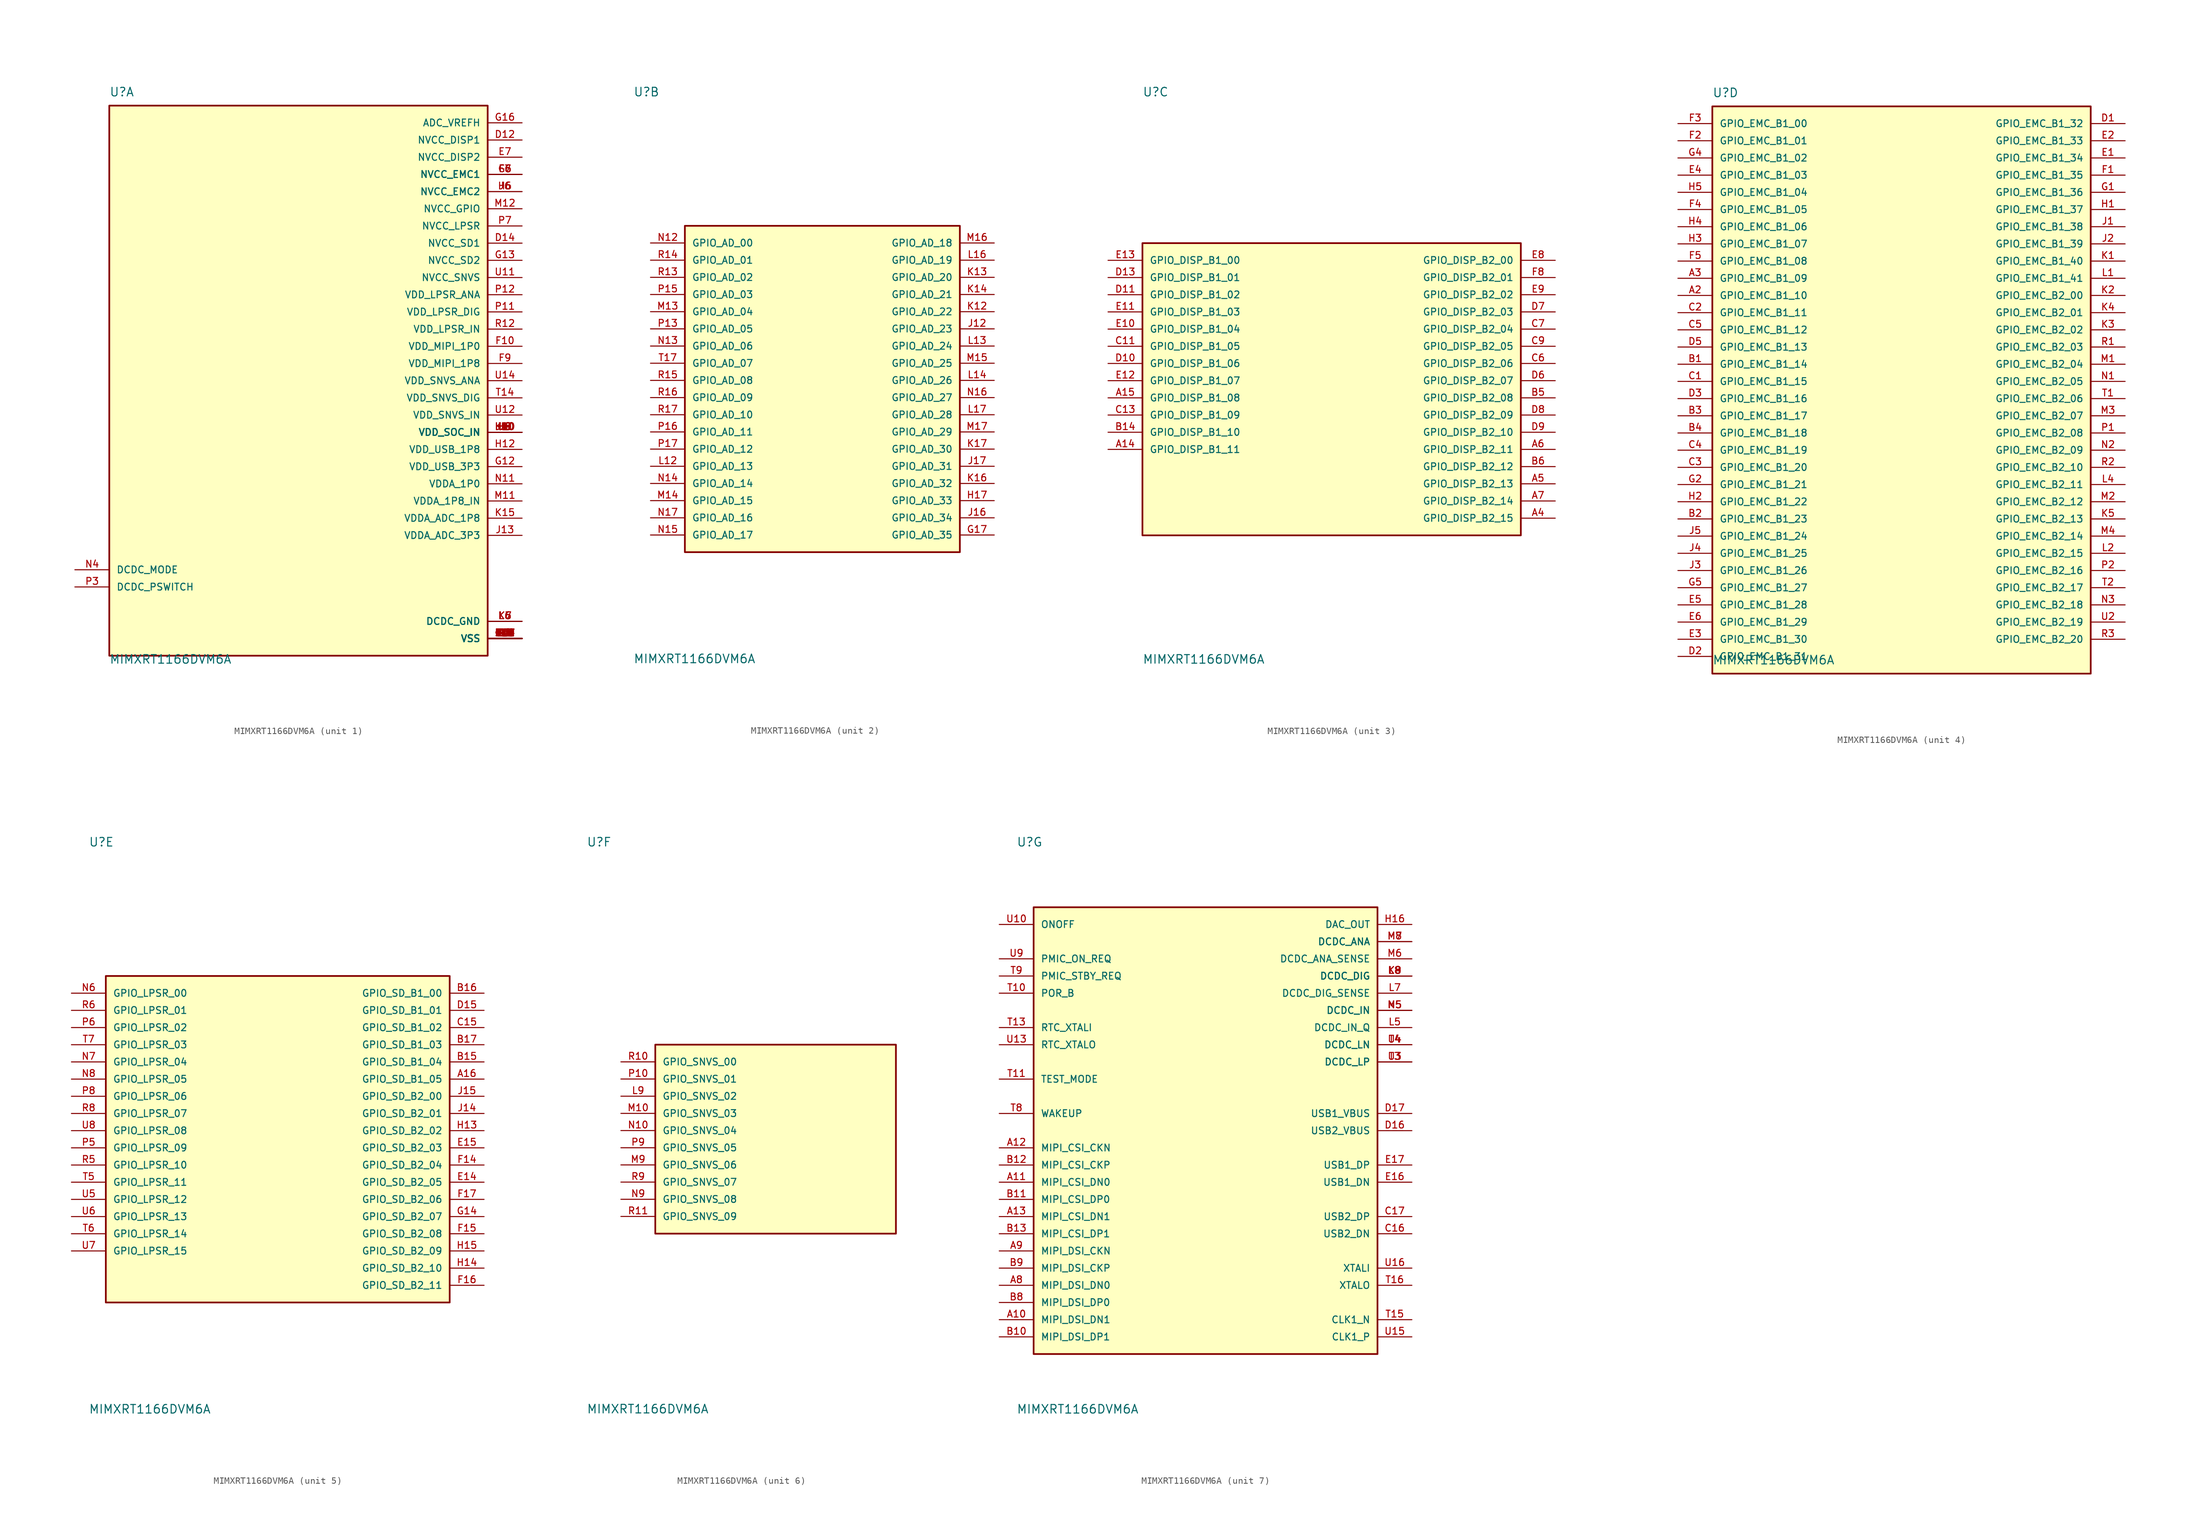
<source format=kicad_sym>
(kicad_symbol_lib
  (version 20211014)
  (generator kicad_symbol_editor)
  (symbol "MIMXRT1166DVM6A"
    (pin_names
      (offset 1.016))
    (property "Reference" "U"
      (at -27.94 41.91 0)
      (effects (font (size 1.27 1.27)) (justify left bottom)))
    (property "Value" "MIMXRT1166DVM6A"
      (at -27.94 -41.91 0)
      (effects (font (size 1.27 1.27)) (justify left bottom)))
    (property "ki_locked" ""
      (at 0 0 0)
      (effects (font (size 1.27 1.27))))
    (symbol "MIMXRT1166DVM6A_1_0"
      (rectangle (start -27.94 -40.64) (end 27.94 40.64) (stroke (width 0.254) (type default) (color 0 0 0 0)) (fill (type background)))
      (pin power_in line (at 33.02 -38.1 180) (length 5.08) (name "VSS" (effects (font (size 1.016 1.016)))) (number "A1" (effects (font (size 1.016 1.016)))))
      (pin power_in line (at 33.02 -38.1 180) (length 5.08) (name "VSS" (effects (font (size 1.016 1.016)))) (number "A17" (effects (font (size 1.016 1.016)))))
      (pin power_in line (at 33.02 -38.1 180) (length 5.08) (name "VSS" (effects (font (size 1.016 1.016)))) (number "B7" (effects (font (size 1.016 1.016)))))
      (pin power_in line (at 33.02 -38.1 180) (length 5.08) (name "VSS" (effects (font (size 1.016 1.016)))) (number "C10" (effects (font (size 1.016 1.016)))))
      (pin power_in line (at 33.02 -38.1 180) (length 5.08) (name "VSS" (effects (font (size 1.016 1.016)))) (number "C12" (effects (font (size 1.016 1.016)))))
      (pin power_in line (at 33.02 -38.1 180) (length 5.08) (name "VSS" (effects (font (size 1.016 1.016)))) (number "C14" (effects (font (size 1.016 1.016)))))
      (pin power_in line (at 33.02 -38.1 180) (length 5.08) (name "VSS" (effects (font (size 1.016 1.016)))) (number "C8" (effects (font (size 1.016 1.016)))))
      (pin power_in line (at 33.02 35.56 180) (length 5.08) (name "NVCC_DISP1" (effects (font (size 1.016 1.016)))) (number "D12" (effects (font (size 1.016 1.016)))))
      (pin power_in line (at 33.02 20.32 180) (length 5.08) (name "NVCC_SD1" (effects (font (size 1.016 1.016)))) (number "D14" (effects (font (size 1.016 1.016)))))
      (pin power_in line (at 33.02 -38.1 180) (length 5.08) (name "VSS" (effects (font (size 1.016 1.016)))) (number "D4" (effects (font (size 1.016 1.016)))))
      (pin power_in line (at 33.02 33.02 180) (length 5.08) (name "NVCC_DISP2" (effects (font (size 1.016 1.016)))) (number "E7" (effects (font (size 1.016 1.016)))))
      (pin power_in line (at 33.02 5.08 180) (length 5.08) (name "VDD_MIPI_1P0" (effects (font (size 1.016 1.016)))) (number "F10" (effects (font (size 1.016 1.016)))))
      (pin power_in line (at 33.02 -38.1 180) (length 5.08) (name "VSS" (effects (font (size 1.016 1.016)))) (number "F11" (effects (font (size 1.016 1.016)))))
      (pin power_in line (at 33.02 -38.1 180) (length 5.08) (name "VSS" (effects (font (size 1.016 1.016)))) (number "F12" (effects (font (size 1.016 1.016)))))
      (pin power_in line (at 33.02 -38.1 180) (length 5.08) (name "VSS" (effects (font (size 1.016 1.016)))) (number "F13" (effects (font (size 1.016 1.016)))))
      (pin power_in line (at 33.02 30.48 180) (length 5.08) (name "NVCC_EMC1" (effects (font (size 1.016 1.016)))) (number "F6" (effects (font (size 1.016 1.016)))))
      (pin power_in line (at 33.02 30.48 180) (length 5.08) (name "NVCC_EMC1" (effects (font (size 1.016 1.016)))) (number "F7" (effects (font (size 1.016 1.016)))))
      (pin power_in line (at 33.02 2.54 180) (length 5.08) (name "VDD_MIPI_1P8" (effects (font (size 1.016 1.016)))) (number "F9" (effects (font (size 1.016 1.016)))))
      (pin power_in line (at 33.02 -38.1 180) (length 5.08) (name "VSS" (effects (font (size 1.016 1.016)))) (number "G10" (effects (font (size 1.016 1.016)))))
      (pin power_in line (at 33.02 -38.1 180) (length 5.08) (name "VSS" (effects (font (size 1.016 1.016)))) (number "G11" (effects (font (size 1.016 1.016)))))
      (pin power_in line (at 33.02 -12.7 180) (length 5.08) (name "VDD_USB_3P3" (effects (font (size 1.016 1.016)))) (number "G12" (effects (font (size 1.016 1.016)))))
      (pin power_in line (at 33.02 17.78 180) (length 5.08) (name "NVCC_SD2" (effects (font (size 1.016 1.016)))) (number "G13" (effects (font (size 1.016 1.016)))))
      (pin power_in line (at 33.02 -38.1 180) (length 5.08) (name "VSS" (effects (font (size 1.016 1.016)))) (number "G15" (effects (font (size 1.016 1.016)))))
      (pin power_in line (at 33.02 38.1 180) (length 5.08) (name "ADC_VREFH" (effects (font (size 1.016 1.016)))) (number "G16" (effects (font (size 1.016 1.016)))))
      (pin power_in line (at 33.02 -38.1 180) (length 5.08) (name "VSS" (effects (font (size 1.016 1.016)))) (number "G3" (effects (font (size 1.016 1.016)))))
      (pin power_in line (at 33.02 30.48 180) (length 5.08) (name "NVCC_EMC1" (effects (font (size 1.016 1.016)))) (number "G6" (effects (font (size 1.016 1.016)))))
      (pin power_in line (at 33.02 -38.1 180) (length 5.08) (name "VSS" (effects (font (size 1.016 1.016)))) (number "G7" (effects (font (size 1.016 1.016)))))
      (pin power_in line (at 33.02 -38.1 180) (length 5.08) (name "VSS" (effects (font (size 1.016 1.016)))) (number "G8" (effects (font (size 1.016 1.016)))))
      (pin power_in line (at 33.02 -38.1 180) (length 5.08) (name "VSS" (effects (font (size 1.016 1.016)))) (number "G9" (effects (font (size 1.016 1.016)))))
      (pin power_in line (at 33.02 -7.62 180) (length 5.08) (name "VDD_SOC_IN" (effects (font (size 1.016 1.016)))) (number "H10" (effects (font (size 1.016 1.016)))))
      (pin power_in line (at 33.02 -38.1 180) (length 5.08) (name "VSS" (effects (font (size 1.016 1.016)))) (number "H11" (effects (font (size 1.016 1.016)))))
      (pin power_in line (at 33.02 -10.16 180) (length 5.08) (name "VDD_USB_1P8" (effects (font (size 1.016 1.016)))) (number "H12" (effects (font (size 1.016 1.016)))))
      (pin power_in line (at 33.02 27.94 180) (length 5.08) (name "NVCC_EMC2" (effects (font (size 1.016 1.016)))) (number "H6" (effects (font (size 1.016 1.016)))))
      (pin power_in line (at 33.02 -38.1 180) (length 5.08) (name "VSS" (effects (font (size 1.016 1.016)))) (number "H7" (effects (font (size 1.016 1.016)))))
      (pin power_in line (at 33.02 -7.62 180) (length 5.08) (name "VDD_SOC_IN" (effects (font (size 1.016 1.016)))) (number "H8" (effects (font (size 1.016 1.016)))))
      (pin power_in line (at 33.02 -7.62 180) (length 5.08) (name "VDD_SOC_IN" (effects (font (size 1.016 1.016)))) (number "H9" (effects (font (size 1.016 1.016)))))
      (pin power_in line (at 33.02 -7.62 180) (length 5.08) (name "VDD_SOC_IN" (effects (font (size 1.016 1.016)))) (number "J10" (effects (font (size 1.016 1.016)))))
      (pin power_in line (at 33.02 -38.1 180) (length 5.08) (name "VSS" (effects (font (size 1.016 1.016)))) (number "J11" (effects (font (size 1.016 1.016)))))
      (pin power_in line (at 33.02 -22.86 180) (length 5.08) (name "VDDA_ADC_3P3" (effects (font (size 1.016 1.016)))) (number "J13" (effects (font (size 1.016 1.016)))))
      (pin power_in line (at 33.02 27.94 180) (length 5.08) (name "NVCC_EMC2" (effects (font (size 1.016 1.016)))) (number "J6" (effects (font (size 1.016 1.016)))))
      (pin power_in line (at 33.02 -38.1 180) (length 5.08) (name "VSS" (effects (font (size 1.016 1.016)))) (number "J7" (effects (font (size 1.016 1.016)))))
      (pin power_in line (at 33.02 -7.62 180) (length 5.08) (name "VDD_SOC_IN" (effects (font (size 1.016 1.016)))) (number "J8" (effects (font (size 1.016 1.016)))))
      (pin power_in line (at 33.02 -7.62 180) (length 5.08) (name "VDD_SOC_IN" (effects (font (size 1.016 1.016)))) (number "J9" (effects (font (size 1.016 1.016)))))
      (pin power_in line (at 33.02 -7.62 180) (length 5.08) (name "VDD_SOC_IN" (effects (font (size 1.016 1.016)))) (number "K10" (effects (font (size 1.016 1.016)))))
      (pin power_in line (at 33.02 -38.1 180) (length 5.08) (name "VSS" (effects (font (size 1.016 1.016)))) (number "K11" (effects (font (size 1.016 1.016)))))
      (pin power_in line (at 33.02 -20.32 180) (length 5.08) (name "VDDA_ADC_1P8" (effects (font (size 1.016 1.016)))) (number "K15" (effects (font (size 1.016 1.016)))))
      (pin power_in line (at 33.02 -35.56 180) (length 5.08) (name "DCDC_GND" (effects (font (size 1.016 1.016)))) (number "K6" (effects (font (size 1.016 1.016)))))
      (pin power_in line (at 33.02 -35.56 180) (length 5.08) (name "DCDC_GND" (effects (font (size 1.016 1.016)))) (number "K7" (effects (font (size 1.016 1.016)))))
      (pin power_in line (at 33.02 -38.1 180) (length 5.08) (name "VSS" (effects (font (size 1.016 1.016)))) (number "L10" (effects (font (size 1.016 1.016)))))
      (pin power_in line (at 33.02 -38.1 180) (length 5.08) (name "VSS" (effects (font (size 1.016 1.016)))) (number "L11" (effects (font (size 1.016 1.016)))))
      (pin power_in line (at 33.02 -38.1 180) (length 5.08) (name "VSS" (effects (font (size 1.016 1.016)))) (number "L15" (effects (font (size 1.016 1.016)))))
      (pin power_in line (at 33.02 -38.1 180) (length 5.08) (name "VSS" (effects (font (size 1.016 1.016)))) (number "L3" (effects (font (size 1.016 1.016)))))
      (pin power_in line (at 33.02 -35.56 180) (length 5.08) (name "DCDC_GND" (effects (font (size 1.016 1.016)))) (number "L6" (effects (font (size 1.016 1.016)))))
      (pin power_in line (at 33.02 -17.78 180) (length 5.08) (name "VDDA_1P8_IN" (effects (font (size 1.016 1.016)))) (number "M11" (effects (font (size 1.016 1.016)))))
      (pin power_in line (at 33.02 25.4 180) (length 5.08) (name "NVCC_GPIO" (effects (font (size 1.016 1.016)))) (number "M12" (effects (font (size 1.016 1.016)))))
      (pin power_in line (at 33.02 -15.24 180) (length 5.08) (name "VDDA_1P0" (effects (font (size 1.016 1.016)))) (number "N11" (effects (font (size 1.016 1.016)))))
      (pin input line (at -33.02 -27.94 0) (length 5.08) (name "DCDC_MODE" (effects (font (size 1.016 1.016)))) (number "N4" (effects (font (size 1.016 1.016)))))
      (pin power_in line (at 33.02 10.16 180) (length 5.08) (name "VDD_LPSR_DIG" (effects (font (size 1.016 1.016)))) (number "P11" (effects (font (size 1.016 1.016)))))
      (pin power_in line (at 33.02 12.7 180) (length 5.08) (name "VDD_LPSR_ANA" (effects (font (size 1.016 1.016)))) (number "P12" (effects (font (size 1.016 1.016)))))
      (pin power_in line (at 33.02 -38.1 180) (length 5.08) (name "VSS" (effects (font (size 1.016 1.016)))) (number "P14" (effects (font (size 1.016 1.016)))))
      (pin input line (at -33.02 -30.48 0) (length 5.08) (name "DCDC_PSWITCH" (effects (font (size 1.016 1.016)))) (number "P3" (effects (font (size 1.016 1.016)))))
      (pin power_in line (at 33.02 -38.1 180) (length 5.08) (name "VSS" (effects (font (size 1.016 1.016)))) (number "P4" (effects (font (size 1.016 1.016)))))
      (pin power_in line (at 33.02 22.86 180) (length 5.08) (name "NVCC_LPSR" (effects (font (size 1.016 1.016)))) (number "P7" (effects (font (size 1.016 1.016)))))
      (pin power_in line (at 33.02 7.62 180) (length 5.08) (name "VDD_LPSR_IN" (effects (font (size 1.016 1.016)))) (number "R12" (effects (font (size 1.016 1.016)))))
      (pin power_in line (at 33.02 -38.1 180) (length 5.08) (name "VSS" (effects (font (size 1.016 1.016)))) (number "R4" (effects (font (size 1.016 1.016)))))
      (pin power_in line (at 33.02 -38.1 180) (length 5.08) (name "VSS" (effects (font (size 1.016 1.016)))) (number "R7" (effects (font (size 1.016 1.016)))))
      (pin power_in line (at 33.02 -38.1 180) (length 5.08) (name "VSS" (effects (font (size 1.016 1.016)))) (number "T12" (effects (font (size 1.016 1.016)))))
      (pin power_in line (at 33.02 -2.54 180) (length 5.08) (name "VDD_SNVS_DIG" (effects (font (size 1.016 1.016)))) (number "T14" (effects (font (size 1.016 1.016)))))
      (pin power_in line (at 33.02 -38.1 180) (length 5.08) (name "VSS" (effects (font (size 1.016 1.016)))) (number "U1" (effects (font (size 1.016 1.016)))))
      (pin power_in line (at 33.02 15.24 180) (length 5.08) (name "NVCC_SNVS" (effects (font (size 1.016 1.016)))) (number "U11" (effects (font (size 1.016 1.016)))))
      (pin power_in line (at 33.02 -5.08 180) (length 5.08) (name "VDD_SNVS_IN" (effects (font (size 1.016 1.016)))) (number "U12" (effects (font (size 1.016 1.016)))))
      (pin power_in line (at 33.02 0 180) (length 5.08) (name "VDD_SNVS_ANA" (effects (font (size 1.016 1.016)))) (number "U14" (effects (font (size 1.016 1.016)))))
      (pin power_in line (at 33.02 -38.1 180) (length 5.08) (name "VSS" (effects (font (size 1.016 1.016)))) (number "U17" (effects (font (size 1.016 1.016))))))
    (symbol "MIMXRT1166DVM6A_2_0"
      (rectangle (start -20.32 -25.4) (end 20.32 22.86) (stroke (width 0.254) (type default) (color 0 0 0 0)) (fill (type background)))
      (pin bidirectional line (at 25.4 -22.86 180) (length 5.08) (name "GPIO_AD_35" (effects (font (size 1.016 1.016)))) (number "G17" (effects (font (size 1.016 1.016)))))
      (pin bidirectional line (at 25.4 -17.78 180) (length 5.08) (name "GPIO_AD_33" (effects (font (size 1.016 1.016)))) (number "H17" (effects (font (size 1.016 1.016)))))
      (pin bidirectional line (at 25.4 7.62 180) (length 5.08) (name "GPIO_AD_23" (effects (font (size 1.016 1.016)))) (number "J12" (effects (font (size 1.016 1.016)))))
      (pin bidirectional line (at 25.4 -20.32 180) (length 5.08) (name "GPIO_AD_34" (effects (font (size 1.016 1.016)))) (number "J16" (effects (font (size 1.016 1.016)))))
      (pin bidirectional line (at 25.4 -12.7 180) (length 5.08) (name "GPIO_AD_31" (effects (font (size 1.016 1.016)))) (number "J17" (effects (font (size 1.016 1.016)))))
      (pin bidirectional line (at 25.4 10.16 180) (length 5.08) (name "GPIO_AD_22" (effects (font (size 1.016 1.016)))) (number "K12" (effects (font (size 1.016 1.016)))))
      (pin bidirectional line (at 25.4 15.24 180) (length 5.08) (name "GPIO_AD_20" (effects (font (size 1.016 1.016)))) (number "K13" (effects (font (size 1.016 1.016)))))
      (pin bidirectional line (at 25.4 12.7 180) (length 5.08) (name "GPIO_AD_21" (effects (font (size 1.016 1.016)))) (number "K14" (effects (font (size 1.016 1.016)))))
      (pin bidirectional line (at 25.4 -15.24 180) (length 5.08) (name "GPIO_AD_32" (effects (font (size 1.016 1.016)))) (number "K16" (effects (font (size 1.016 1.016)))))
      (pin bidirectional line (at 25.4 -10.16 180) (length 5.08) (name "GPIO_AD_30" (effects (font (size 1.016 1.016)))) (number "K17" (effects (font (size 1.016 1.016)))))
      (pin bidirectional line (at -25.4 -12.7 0) (length 5.08) (name "GPIO_AD_13" (effects (font (size 1.016 1.016)))) (number "L12" (effects (font (size 1.016 1.016)))))
      (pin bidirectional line (at 25.4 5.08 180) (length 5.08) (name "GPIO_AD_24" (effects (font (size 1.016 1.016)))) (number "L13" (effects (font (size 1.016 1.016)))))
      (pin bidirectional line (at 25.4 0 180) (length 5.08) (name "GPIO_AD_26" (effects (font (size 1.016 1.016)))) (number "L14" (effects (font (size 1.016 1.016)))))
      (pin bidirectional line (at 25.4 17.78 180) (length 5.08) (name "GPIO_AD_19" (effects (font (size 1.016 1.016)))) (number "L16" (effects (font (size 1.016 1.016)))))
      (pin bidirectional line (at 25.4 -5.08 180) (length 5.08) (name "GPIO_AD_28" (effects (font (size 1.016 1.016)))) (number "L17" (effects (font (size 1.016 1.016)))))
      (pin bidirectional line (at -25.4 10.16 0) (length 5.08) (name "GPIO_AD_04" (effects (font (size 1.016 1.016)))) (number "M13" (effects (font (size 1.016 1.016)))))
      (pin bidirectional line (at -25.4 -17.78 0) (length 5.08) (name "GPIO_AD_15" (effects (font (size 1.016 1.016)))) (number "M14" (effects (font (size 1.016 1.016)))))
      (pin bidirectional line (at 25.4 2.54 180) (length 5.08) (name "GPIO_AD_25" (effects (font (size 1.016 1.016)))) (number "M15" (effects (font (size 1.016 1.016)))))
      (pin bidirectional line (at 25.4 20.32 180) (length 5.08) (name "GPIO_AD_18" (effects (font (size 1.016 1.016)))) (number "M16" (effects (font (size 1.016 1.016)))))
      (pin bidirectional line (at 25.4 -7.62 180) (length 5.08) (name "GPIO_AD_29" (effects (font (size 1.016 1.016)))) (number "M17" (effects (font (size 1.016 1.016)))))
      (pin bidirectional line (at -25.4 20.32 0) (length 5.08) (name "GPIO_AD_00" (effects (font (size 1.016 1.016)))) (number "N12" (effects (font (size 1.016 1.016)))))
      (pin bidirectional line (at -25.4 5.08 0) (length 5.08) (name "GPIO_AD_06" (effects (font (size 1.016 1.016)))) (number "N13" (effects (font (size 1.016 1.016)))))
      (pin bidirectional line (at -25.4 -15.24 0) (length 5.08) (name "GPIO_AD_14" (effects (font (size 1.016 1.016)))) (number "N14" (effects (font (size 1.016 1.016)))))
      (pin bidirectional line (at -25.4 -22.86 0) (length 5.08) (name "GPIO_AD_17" (effects (font (size 1.016 1.016)))) (number "N15" (effects (font (size 1.016 1.016)))))
      (pin bidirectional line (at 25.4 -2.54 180) (length 5.08) (name "GPIO_AD_27" (effects (font (size 1.016 1.016)))) (number "N16" (effects (font (size 1.016 1.016)))))
      (pin bidirectional line (at -25.4 -20.32 0) (length 5.08) (name "GPIO_AD_16" (effects (font (size 1.016 1.016)))) (number "N17" (effects (font (size 1.016 1.016)))))
      (pin bidirectional line (at -25.4 7.62 0) (length 5.08) (name "GPIO_AD_05" (effects (font (size 1.016 1.016)))) (number "P13" (effects (font (size 1.016 1.016)))))
      (pin bidirectional line (at -25.4 12.7 0) (length 5.08) (name "GPIO_AD_03" (effects (font (size 1.016 1.016)))) (number "P15" (effects (font (size 1.016 1.016)))))
      (pin bidirectional line (at -25.4 -7.62 0) (length 5.08) (name "GPIO_AD_11" (effects (font (size 1.016 1.016)))) (number "P16" (effects (font (size 1.016 1.016)))))
      (pin bidirectional line (at -25.4 -10.16 0) (length 5.08) (name "GPIO_AD_12" (effects (font (size 1.016 1.016)))) (number "P17" (effects (font (size 1.016 1.016)))))
      (pin bidirectional line (at -25.4 15.24 0) (length 5.08) (name "GPIO_AD_02" (effects (font (size 1.016 1.016)))) (number "R13" (effects (font (size 1.016 1.016)))))
      (pin bidirectional line (at -25.4 17.78 0) (length 5.08) (name "GPIO_AD_01" (effects (font (size 1.016 1.016)))) (number "R14" (effects (font (size 1.016 1.016)))))
      (pin bidirectional line (at -25.4 0 0) (length 5.08) (name "GPIO_AD_08" (effects (font (size 1.016 1.016)))) (number "R15" (effects (font (size 1.016 1.016)))))
      (pin bidirectional line (at -25.4 -2.54 0) (length 5.08) (name "GPIO_AD_09" (effects (font (size 1.016 1.016)))) (number "R16" (effects (font (size 1.016 1.016)))))
      (pin bidirectional line (at -25.4 -5.08 0) (length 5.08) (name "GPIO_AD_10" (effects (font (size 1.016 1.016)))) (number "R17" (effects (font (size 1.016 1.016)))))
      (pin bidirectional line (at -25.4 2.54 0) (length 5.08) (name "GPIO_AD_07" (effects (font (size 1.016 1.016)))) (number "T17" (effects (font (size 1.016 1.016))))))
    (symbol "MIMXRT1166DVM6A_3_0"
      (rectangle (start -27.94 -22.86) (end 27.94 20.32) (stroke (width 0.254) (type default) (color 0 0 0 0)) (fill (type background)))
      (pin bidirectional line (at -33.02 -10.16 0) (length 5.08) (name "GPIO_DISP_B1_11" (effects (font (size 1.016 1.016)))) (number "A14" (effects (font (size 1.016 1.016)))))
      (pin bidirectional line (at -33.02 -2.54 0) (length 5.08) (name "GPIO_DISP_B1_08" (effects (font (size 1.016 1.016)))) (number "A15" (effects (font (size 1.016 1.016)))))
      (pin bidirectional line (at 33.02 -20.32 180) (length 5.08) (name "GPIO_DISP_B2_15" (effects (font (size 1.016 1.016)))) (number "A4" (effects (font (size 1.016 1.016)))))
      (pin bidirectional line (at 33.02 -15.24 180) (length 5.08) (name "GPIO_DISP_B2_13" (effects (font (size 1.016 1.016)))) (number "A5" (effects (font (size 1.016 1.016)))))
      (pin bidirectional line (at 33.02 -10.16 180) (length 5.08) (name "GPIO_DISP_B2_11" (effects (font (size 1.016 1.016)))) (number "A6" (effects (font (size 1.016 1.016)))))
      (pin bidirectional line (at 33.02 -17.78 180) (length 5.08) (name "GPIO_DISP_B2_14" (effects (font (size 1.016 1.016)))) (number "A7" (effects (font (size 1.016 1.016)))))
      (pin bidirectional line (at -33.02 -7.62 0) (length 5.08) (name "GPIO_DISP_B1_10" (effects (font (size 1.016 1.016)))) (number "B14" (effects (font (size 1.016 1.016)))))
      (pin bidirectional line (at 33.02 -2.54 180) (length 5.08) (name "GPIO_DISP_B2_08" (effects (font (size 1.016 1.016)))) (number "B5" (effects (font (size 1.016 1.016)))))
      (pin bidirectional line (at 33.02 -12.7 180) (length 5.08) (name "GPIO_DISP_B2_12" (effects (font (size 1.016 1.016)))) (number "B6" (effects (font (size 1.016 1.016)))))
      (pin bidirectional line (at -33.02 5.08 0) (length 5.08) (name "GPIO_DISP_B1_05" (effects (font (size 1.016 1.016)))) (number "C11" (effects (font (size 1.016 1.016)))))
      (pin bidirectional line (at -33.02 -5.08 0) (length 5.08) (name "GPIO_DISP_B1_09" (effects (font (size 1.016 1.016)))) (number "C13" (effects (font (size 1.016 1.016)))))
      (pin bidirectional line (at 33.02 2.54 180) (length 5.08) (name "GPIO_DISP_B2_06" (effects (font (size 1.016 1.016)))) (number "C6" (effects (font (size 1.016 1.016)))))
      (pin bidirectional line (at 33.02 7.62 180) (length 5.08) (name "GPIO_DISP_B2_04" (effects (font (size 1.016 1.016)))) (number "C7" (effects (font (size 1.016 1.016)))))
      (pin bidirectional line (at 33.02 5.08 180) (length 5.08) (name "GPIO_DISP_B2_05" (effects (font (size 1.016 1.016)))) (number "C9" (effects (font (size 1.016 1.016)))))
      (pin bidirectional line (at -33.02 2.54 0) (length 5.08) (name "GPIO_DISP_B1_06" (effects (font (size 1.016 1.016)))) (number "D10" (effects (font (size 1.016 1.016)))))
      (pin bidirectional line (at -33.02 12.7 0) (length 5.08) (name "GPIO_DISP_B1_02" (effects (font (size 1.016 1.016)))) (number "D11" (effects (font (size 1.016 1.016)))))
      (pin bidirectional line (at -33.02 15.24 0) (length 5.08) (name "GPIO_DISP_B1_01" (effects (font (size 1.016 1.016)))) (number "D13" (effects (font (size 1.016 1.016)))))
      (pin bidirectional line (at 33.02 0 180) (length 5.08) (name "GPIO_DISP_B2_07" (effects (font (size 1.016 1.016)))) (number "D6" (effects (font (size 1.016 1.016)))))
      (pin bidirectional line (at 33.02 10.16 180) (length 5.08) (name "GPIO_DISP_B2_03" (effects (font (size 1.016 1.016)))) (number "D7" (effects (font (size 1.016 1.016)))))
      (pin bidirectional line (at 33.02 -5.08 180) (length 5.08) (name "GPIO_DISP_B2_09" (effects (font (size 1.016 1.016)))) (number "D8" (effects (font (size 1.016 1.016)))))
      (pin bidirectional line (at 33.02 -7.62 180) (length 5.08) (name "GPIO_DISP_B2_10" (effects (font (size 1.016 1.016)))) (number "D9" (effects (font (size 1.016 1.016)))))
      (pin bidirectional line (at -33.02 7.62 0) (length 5.08) (name "GPIO_DISP_B1_04" (effects (font (size 1.016 1.016)))) (number "E10" (effects (font (size 1.016 1.016)))))
      (pin bidirectional line (at -33.02 10.16 0) (length 5.08) (name "GPIO_DISP_B1_03" (effects (font (size 1.016 1.016)))) (number "E11" (effects (font (size 1.016 1.016)))))
      (pin bidirectional line (at -33.02 0 0) (length 5.08) (name "GPIO_DISP_B1_07" (effects (font (size 1.016 1.016)))) (number "E12" (effects (font (size 1.016 1.016)))))
      (pin bidirectional line (at -33.02 17.78 0) (length 5.08) (name "GPIO_DISP_B1_00" (effects (font (size 1.016 1.016)))) (number "E13" (effects (font (size 1.016 1.016)))))
      (pin bidirectional line (at 33.02 17.78 180) (length 5.08) (name "GPIO_DISP_B2_00" (effects (font (size 1.016 1.016)))) (number "E8" (effects (font (size 1.016 1.016)))))
      (pin bidirectional line (at 33.02 12.7 180) (length 5.08) (name "GPIO_DISP_B2_02" (effects (font (size 1.016 1.016)))) (number "E9" (effects (font (size 1.016 1.016)))))
      (pin bidirectional line (at 33.02 15.24 180) (length 5.08) (name "GPIO_DISP_B2_01" (effects (font (size 1.016 1.016)))) (number "F8" (effects (font (size 1.016 1.016))))))
    (symbol "MIMXRT1166DVM6A_4_0"
      (rectangle (start -27.94 -43.18) (end 27.94 40.64) (stroke (width 0.254) (type default) (color 0 0 0 0)) (fill (type background)))
      (pin bidirectional line (at -33.02 12.7 0) (length 5.08) (name "GPIO_EMC_B1_10" (effects (font (size 1.016 1.016)))) (number "A2" (effects (font (size 1.016 1.016)))))
      (pin bidirectional line (at -33.02 15.24 0) (length 5.08) (name "GPIO_EMC_B1_09" (effects (font (size 1.016 1.016)))) (number "A3" (effects (font (size 1.016 1.016)))))
      (pin bidirectional line (at -33.02 2.54 0) (length 5.08) (name "GPIO_EMC_B1_14" (effects (font (size 1.016 1.016)))) (number "B1" (effects (font (size 1.016 1.016)))))
      (pin bidirectional line (at -33.02 -20.32 0) (length 5.08) (name "GPIO_EMC_B1_23" (effects (font (size 1.016 1.016)))) (number "B2" (effects (font (size 1.016 1.016)))))
      (pin bidirectional line (at -33.02 -5.08 0) (length 5.08) (name "GPIO_EMC_B1_17" (effects (font (size 1.016 1.016)))) (number "B3" (effects (font (size 1.016 1.016)))))
      (pin bidirectional line (at -33.02 -7.62 0) (length 5.08) (name "GPIO_EMC_B1_18" (effects (font (size 1.016 1.016)))) (number "B4" (effects (font (size 1.016 1.016)))))
      (pin bidirectional line (at -33.02 0 0) (length 5.08) (name "GPIO_EMC_B1_15" (effects (font (size 1.016 1.016)))) (number "C1" (effects (font (size 1.016 1.016)))))
      (pin bidirectional line (at -33.02 10.16 0) (length 5.08) (name "GPIO_EMC_B1_11" (effects (font (size 1.016 1.016)))) (number "C2" (effects (font (size 1.016 1.016)))))
      (pin bidirectional line (at -33.02 -12.7 0) (length 5.08) (name "GPIO_EMC_B1_20" (effects (font (size 1.016 1.016)))) (number "C3" (effects (font (size 1.016 1.016)))))
      (pin bidirectional line (at -33.02 -10.16 0) (length 5.08) (name "GPIO_EMC_B1_19" (effects (font (size 1.016 1.016)))) (number "C4" (effects (font (size 1.016 1.016)))))
      (pin bidirectional line (at -33.02 7.62 0) (length 5.08) (name "GPIO_EMC_B1_12" (effects (font (size 1.016 1.016)))) (number "C5" (effects (font (size 1.016 1.016)))))
      (pin bidirectional line (at 33.02 38.1 180) (length 5.08) (name "GPIO_EMC_B1_32" (effects (font (size 1.016 1.016)))) (number "D1" (effects (font (size 1.016 1.016)))))
      (pin bidirectional line (at -33.02 -40.64 0) (length 5.08) (name "GPIO_EMC_B1_31" (effects (font (size 1.016 1.016)))) (number "D2" (effects (font (size 1.016 1.016)))))
      (pin bidirectional line (at -33.02 -2.54 0) (length 5.08) (name "GPIO_EMC_B1_16" (effects (font (size 1.016 1.016)))) (number "D3" (effects (font (size 1.016 1.016)))))
      (pin bidirectional line (at -33.02 5.08 0) (length 5.08) (name "GPIO_EMC_B1_13" (effects (font (size 1.016 1.016)))) (number "D5" (effects (font (size 1.016 1.016)))))
      (pin bidirectional line (at 33.02 33.02 180) (length 5.08) (name "GPIO_EMC_B1_34" (effects (font (size 1.016 1.016)))) (number "E1" (effects (font (size 1.016 1.016)))))
      (pin bidirectional line (at 33.02 35.56 180) (length 5.08) (name "GPIO_EMC_B1_33" (effects (font (size 1.016 1.016)))) (number "E2" (effects (font (size 1.016 1.016)))))
      (pin bidirectional line (at -33.02 -38.1 0) (length 5.08) (name "GPIO_EMC_B1_30" (effects (font (size 1.016 1.016)))) (number "E3" (effects (font (size 1.016 1.016)))))
      (pin bidirectional line (at -33.02 30.48 0) (length 5.08) (name "GPIO_EMC_B1_03" (effects (font (size 1.016 1.016)))) (number "E4" (effects (font (size 1.016 1.016)))))
      (pin bidirectional line (at -33.02 -33.02 0) (length 5.08) (name "GPIO_EMC_B1_28" (effects (font (size 1.016 1.016)))) (number "E5" (effects (font (size 1.016 1.016)))))
      (pin bidirectional line (at -33.02 -35.56 0) (length 5.08) (name "GPIO_EMC_B1_29" (effects (font (size 1.016 1.016)))) (number "E6" (effects (font (size 1.016 1.016)))))
      (pin bidirectional line (at 33.02 30.48 180) (length 5.08) (name "GPIO_EMC_B1_35" (effects (font (size 1.016 1.016)))) (number "F1" (effects (font (size 1.016 1.016)))))
      (pin bidirectional line (at -33.02 35.56 0) (length 5.08) (name "GPIO_EMC_B1_01" (effects (font (size 1.016 1.016)))) (number "F2" (effects (font (size 1.016 1.016)))))
      (pin bidirectional line (at -33.02 38.1 0) (length 5.08) (name "GPIO_EMC_B1_00" (effects (font (size 1.016 1.016)))) (number "F3" (effects (font (size 1.016 1.016)))))
      (pin bidirectional line (at -33.02 25.4 0) (length 5.08) (name "GPIO_EMC_B1_05" (effects (font (size 1.016 1.016)))) (number "F4" (effects (font (size 1.016 1.016)))))
      (pin bidirectional line (at -33.02 17.78 0) (length 5.08) (name "GPIO_EMC_B1_08" (effects (font (size 1.016 1.016)))) (number "F5" (effects (font (size 1.016 1.016)))))
      (pin bidirectional line (at 33.02 27.94 180) (length 5.08) (name "GPIO_EMC_B1_36" (effects (font (size 1.016 1.016)))) (number "G1" (effects (font (size 1.016 1.016)))))
      (pin bidirectional line (at -33.02 -15.24 0) (length 5.08) (name "GPIO_EMC_B1_21" (effects (font (size 1.016 1.016)))) (number "G2" (effects (font (size 1.016 1.016)))))
      (pin bidirectional line (at -33.02 33.02 0) (length 5.08) (name "GPIO_EMC_B1_02" (effects (font (size 1.016 1.016)))) (number "G4" (effects (font (size 1.016 1.016)))))
      (pin bidirectional line (at -33.02 -30.48 0) (length 5.08) (name "GPIO_EMC_B1_27" (effects (font (size 1.016 1.016)))) (number "G5" (effects (font (size 1.016 1.016)))))
      (pin bidirectional line (at 33.02 25.4 180) (length 5.08) (name "GPIO_EMC_B1_37" (effects (font (size 1.016 1.016)))) (number "H1" (effects (font (size 1.016 1.016)))))
      (pin bidirectional line (at -33.02 -17.78 0) (length 5.08) (name "GPIO_EMC_B1_22" (effects (font (size 1.016 1.016)))) (number "H2" (effects (font (size 1.016 1.016)))))
      (pin bidirectional line (at -33.02 20.32 0) (length 5.08) (name "GPIO_EMC_B1_07" (effects (font (size 1.016 1.016)))) (number "H3" (effects (font (size 1.016 1.016)))))
      (pin bidirectional line (at -33.02 22.86 0) (length 5.08) (name "GPIO_EMC_B1_06" (effects (font (size 1.016 1.016)))) (number "H4" (effects (font (size 1.016 1.016)))))
      (pin bidirectional line (at -33.02 27.94 0) (length 5.08) (name "GPIO_EMC_B1_04" (effects (font (size 1.016 1.016)))) (number "H5" (effects (font (size 1.016 1.016)))))
      (pin bidirectional line (at 33.02 22.86 180) (length 5.08) (name "GPIO_EMC_B1_38" (effects (font (size 1.016 1.016)))) (number "J1" (effects (font (size 1.016 1.016)))))
      (pin bidirectional line (at 33.02 20.32 180) (length 5.08) (name "GPIO_EMC_B1_39" (effects (font (size 1.016 1.016)))) (number "J2" (effects (font (size 1.016 1.016)))))
      (pin bidirectional line (at -33.02 -27.94 0) (length 5.08) (name "GPIO_EMC_B1_26" (effects (font (size 1.016 1.016)))) (number "J3" (effects (font (size 1.016 1.016)))))
      (pin bidirectional line (at -33.02 -25.4 0) (length 5.08) (name "GPIO_EMC_B1_25" (effects (font (size 1.016 1.016)))) (number "J4" (effects (font (size 1.016 1.016)))))
      (pin bidirectional line (at -33.02 -22.86 0) (length 5.08) (name "GPIO_EMC_B1_24" (effects (font (size 1.016 1.016)))) (number "J5" (effects (font (size 1.016 1.016)))))
      (pin bidirectional line (at 33.02 17.78 180) (length 5.08) (name "GPIO_EMC_B1_40" (effects (font (size 1.016 1.016)))) (number "K1" (effects (font (size 1.016 1.016)))))
      (pin bidirectional line (at 33.02 12.7 180) (length 5.08) (name "GPIO_EMC_B2_00" (effects (font (size 1.016 1.016)))) (number "K2" (effects (font (size 1.016 1.016)))))
      (pin bidirectional line (at 33.02 7.62 180) (length 5.08) (name "GPIO_EMC_B2_02" (effects (font (size 1.016 1.016)))) (number "K3" (effects (font (size 1.016 1.016)))))
      (pin bidirectional line (at 33.02 10.16 180) (length 5.08) (name "GPIO_EMC_B2_01" (effects (font (size 1.016 1.016)))) (number "K4" (effects (font (size 1.016 1.016)))))
      (pin bidirectional line (at 33.02 -20.32 180) (length 5.08) (name "GPIO_EMC_B2_13" (effects (font (size 1.016 1.016)))) (number "K5" (effects (font (size 1.016 1.016)))))
      (pin bidirectional line (at 33.02 15.24 180) (length 5.08) (name "GPIO_EMC_B1_41" (effects (font (size 1.016 1.016)))) (number "L1" (effects (font (size 1.016 1.016)))))
      (pin bidirectional line (at 33.02 -25.4 180) (length 5.08) (name "GPIO_EMC_B2_15" (effects (font (size 1.016 1.016)))) (number "L2" (effects (font (size 1.016 1.016)))))
      (pin bidirectional line (at 33.02 -15.24 180) (length 5.08) (name "GPIO_EMC_B2_11" (effects (font (size 1.016 1.016)))) (number "L4" (effects (font (size 1.016 1.016)))))
      (pin bidirectional line (at 33.02 2.54 180) (length 5.08) (name "GPIO_EMC_B2_04" (effects (font (size 1.016 1.016)))) (number "M1" (effects (font (size 1.016 1.016)))))
      (pin bidirectional line (at 33.02 -17.78 180) (length 5.08) (name "GPIO_EMC_B2_12" (effects (font (size 1.016 1.016)))) (number "M2" (effects (font (size 1.016 1.016)))))
      (pin bidirectional line (at 33.02 -5.08 180) (length 5.08) (name "GPIO_EMC_B2_07" (effects (font (size 1.016 1.016)))) (number "M3" (effects (font (size 1.016 1.016)))))
      (pin bidirectional line (at 33.02 -22.86 180) (length 5.08) (name "GPIO_EMC_B2_14" (effects (font (size 1.016 1.016)))) (number "M4" (effects (font (size 1.016 1.016)))))
      (pin bidirectional line (at 33.02 0 180) (length 5.08) (name "GPIO_EMC_B2_05" (effects (font (size 1.016 1.016)))) (number "N1" (effects (font (size 1.016 1.016)))))
      (pin bidirectional line (at 33.02 -10.16 180) (length 5.08) (name "GPIO_EMC_B2_09" (effects (font (size 1.016 1.016)))) (number "N2" (effects (font (size 1.016 1.016)))))
      (pin bidirectional line (at 33.02 -33.02 180) (length 5.08) (name "GPIO_EMC_B2_18" (effects (font (size 1.016 1.016)))) (number "N3" (effects (font (size 1.016 1.016)))))
      (pin bidirectional line (at 33.02 -7.62 180) (length 5.08) (name "GPIO_EMC_B2_08" (effects (font (size 1.016 1.016)))) (number "P1" (effects (font (size 1.016 1.016)))))
      (pin bidirectional line (at 33.02 -27.94 180) (length 5.08) (name "GPIO_EMC_B2_16" (effects (font (size 1.016 1.016)))) (number "P2" (effects (font (size 1.016 1.016)))))
      (pin bidirectional line (at 33.02 5.08 180) (length 5.08) (name "GPIO_EMC_B2_03" (effects (font (size 1.016 1.016)))) (number "R1" (effects (font (size 1.016 1.016)))))
      (pin bidirectional line (at 33.02 -12.7 180) (length 5.08) (name "GPIO_EMC_B2_10" (effects (font (size 1.016 1.016)))) (number "R2" (effects (font (size 1.016 1.016)))))
      (pin bidirectional line (at 33.02 -38.1 180) (length 5.08) (name "GPIO_EMC_B2_20" (effects (font (size 1.016 1.016)))) (number "R3" (effects (font (size 1.016 1.016)))))
      (pin bidirectional line (at 33.02 -2.54 180) (length 5.08) (name "GPIO_EMC_B2_06" (effects (font (size 1.016 1.016)))) (number "T1" (effects (font (size 1.016 1.016)))))
      (pin bidirectional line (at 33.02 -30.48 180) (length 5.08) (name "GPIO_EMC_B2_17" (effects (font (size 1.016 1.016)))) (number "T2" (effects (font (size 1.016 1.016)))))
      (pin bidirectional line (at 33.02 -35.56 180) (length 5.08) (name "GPIO_EMC_B2_19" (effects (font (size 1.016 1.016)))) (number "U2" (effects (font (size 1.016 1.016))))))
    (symbol "MIMXRT1166DVM6A_5_0"
      (rectangle (start -25.4 -25.4) (end 25.4 22.86) (stroke (width 0.254) (type default) (color 0 0 0 0)) (fill (type background)))
      (pin bidirectional line (at 30.48 7.62 180) (length 5.08) (name "GPIO_SD_B1_05" (effects (font (size 1.016 1.016)))) (number "A16" (effects (font (size 1.016 1.016)))))
      (pin bidirectional line (at 30.48 10.16 180) (length 5.08) (name "GPIO_SD_B1_04" (effects (font (size 1.016 1.016)))) (number "B15" (effects (font (size 1.016 1.016)))))
      (pin bidirectional line (at 30.48 20.32 180) (length 5.08) (name "GPIO_SD_B1_00" (effects (font (size 1.016 1.016)))) (number "B16" (effects (font (size 1.016 1.016)))))
      (pin bidirectional line (at 30.48 12.7 180) (length 5.08) (name "GPIO_SD_B1_03" (effects (font (size 1.016 1.016)))) (number "B17" (effects (font (size 1.016 1.016)))))
      (pin bidirectional line (at 30.48 15.24 180) (length 5.08) (name "GPIO_SD_B1_02" (effects (font (size 1.016 1.016)))) (number "C15" (effects (font (size 1.016 1.016)))))
      (pin bidirectional line (at 30.48 17.78 180) (length 5.08) (name "GPIO_SD_B1_01" (effects (font (size 1.016 1.016)))) (number "D15" (effects (font (size 1.016 1.016)))))
      (pin bidirectional line (at 30.48 -7.62 180) (length 5.08) (name "GPIO_SD_B2_05" (effects (font (size 1.016 1.016)))) (number "E14" (effects (font (size 1.016 1.016)))))
      (pin bidirectional line (at 30.48 -2.54 180) (length 5.08) (name "GPIO_SD_B2_03" (effects (font (size 1.016 1.016)))) (number "E15" (effects (font (size 1.016 1.016)))))
      (pin bidirectional line (at 30.48 -5.08 180) (length 5.08) (name "GPIO_SD_B2_04" (effects (font (size 1.016 1.016)))) (number "F14" (effects (font (size 1.016 1.016)))))
      (pin bidirectional line (at 30.48 -15.24 180) (length 5.08) (name "GPIO_SD_B2_08" (effects (font (size 1.016 1.016)))) (number "F15" (effects (font (size 1.016 1.016)))))
      (pin bidirectional line (at 30.48 -22.86 180) (length 5.08) (name "GPIO_SD_B2_11" (effects (font (size 1.016 1.016)))) (number "F16" (effects (font (size 1.016 1.016)))))
      (pin bidirectional line (at 30.48 -10.16 180) (length 5.08) (name "GPIO_SD_B2_06" (effects (font (size 1.016 1.016)))) (number "F17" (effects (font (size 1.016 1.016)))))
      (pin bidirectional line (at 30.48 -12.7 180) (length 5.08) (name "GPIO_SD_B2_07" (effects (font (size 1.016 1.016)))) (number "G14" (effects (font (size 1.016 1.016)))))
      (pin bidirectional line (at 30.48 0 180) (length 5.08) (name "GPIO_SD_B2_02" (effects (font (size 1.016 1.016)))) (number "H13" (effects (font (size 1.016 1.016)))))
      (pin bidirectional line (at 30.48 -20.32 180) (length 5.08) (name "GPIO_SD_B2_10" (effects (font (size 1.016 1.016)))) (number "H14" (effects (font (size 1.016 1.016)))))
      (pin bidirectional line (at 30.48 -17.78 180) (length 5.08) (name "GPIO_SD_B2_09" (effects (font (size 1.016 1.016)))) (number "H15" (effects (font (size 1.016 1.016)))))
      (pin bidirectional line (at 30.48 2.54 180) (length 5.08) (name "GPIO_SD_B2_01" (effects (font (size 1.016 1.016)))) (number "J14" (effects (font (size 1.016 1.016)))))
      (pin bidirectional line (at 30.48 5.08 180) (length 5.08) (name "GPIO_SD_B2_00" (effects (font (size 1.016 1.016)))) (number "J15" (effects (font (size 1.016 1.016)))))
      (pin bidirectional line (at -30.48 20.32 0) (length 5.08) (name "GPIO_LPSR_00" (effects (font (size 1.016 1.016)))) (number "N6" (effects (font (size 1.016 1.016)))))
      (pin bidirectional line (at -30.48 10.16 0) (length 5.08) (name "GPIO_LPSR_04" (effects (font (size 1.016 1.016)))) (number "N7" (effects (font (size 1.016 1.016)))))
      (pin bidirectional line (at -30.48 7.62 0) (length 5.08) (name "GPIO_LPSR_05" (effects (font (size 1.016 1.016)))) (number "N8" (effects (font (size 1.016 1.016)))))
      (pin bidirectional line (at -30.48 -2.54 0) (length 5.08) (name "GPIO_LPSR_09" (effects (font (size 1.016 1.016)))) (number "P5" (effects (font (size 1.016 1.016)))))
      (pin bidirectional line (at -30.48 15.24 0) (length 5.08) (name "GPIO_LPSR_02" (effects (font (size 1.016 1.016)))) (number "P6" (effects (font (size 1.016 1.016)))))
      (pin bidirectional line (at -30.48 5.08 0) (length 5.08) (name "GPIO_LPSR_06" (effects (font (size 1.016 1.016)))) (number "P8" (effects (font (size 1.016 1.016)))))
      (pin bidirectional line (at -30.48 -5.08 0) (length 5.08) (name "GPIO_LPSR_10" (effects (font (size 1.016 1.016)))) (number "R5" (effects (font (size 1.016 1.016)))))
      (pin bidirectional line (at -30.48 17.78 0) (length 5.08) (name "GPIO_LPSR_01" (effects (font (size 1.016 1.016)))) (number "R6" (effects (font (size 1.016 1.016)))))
      (pin bidirectional line (at -30.48 2.54 0) (length 5.08) (name "GPIO_LPSR_07" (effects (font (size 1.016 1.016)))) (number "R8" (effects (font (size 1.016 1.016)))))
      (pin bidirectional line (at -30.48 -7.62 0) (length 5.08) (name "GPIO_LPSR_11" (effects (font (size 1.016 1.016)))) (number "T5" (effects (font (size 1.016 1.016)))))
      (pin bidirectional line (at -30.48 -15.24 0) (length 5.08) (name "GPIO_LPSR_14" (effects (font (size 1.016 1.016)))) (number "T6" (effects (font (size 1.016 1.016)))))
      (pin bidirectional line (at -30.48 12.7 0) (length 5.08) (name "GPIO_LPSR_03" (effects (font (size 1.016 1.016)))) (number "T7" (effects (font (size 1.016 1.016)))))
      (pin bidirectional line (at -30.48 -10.16 0) (length 5.08) (name "GPIO_LPSR_12" (effects (font (size 1.016 1.016)))) (number "U5" (effects (font (size 1.016 1.016)))))
      (pin bidirectional line (at -30.48 -12.7 0) (length 5.08) (name "GPIO_LPSR_13" (effects (font (size 1.016 1.016)))) (number "U6" (effects (font (size 1.016 1.016)))))
      (pin bidirectional line (at -30.48 -17.78 0) (length 5.08) (name "GPIO_LPSR_15" (effects (font (size 1.016 1.016)))) (number "U7" (effects (font (size 1.016 1.016)))))
      (pin bidirectional line (at -30.48 0 0) (length 5.08) (name "GPIO_LPSR_08" (effects (font (size 1.016 1.016)))) (number "U8" (effects (font (size 1.016 1.016))))))
    (symbol "MIMXRT1166DVM6A_6_0"
      (rectangle (start -17.78 -15.24) (end 17.78 12.7) (stroke (width 0.254) (type default) (color 0 0 0 0)) (fill (type background)))
      (pin bidirectional line (at -22.86 5.08 0) (length 5.08) (name "GPIO_SNVS_02" (effects (font (size 1.016 1.016)))) (number "L9" (effects (font (size 1.016 1.016)))))
      (pin bidirectional line (at -22.86 2.54 0) (length 5.08) (name "GPIO_SNVS_03" (effects (font (size 1.016 1.016)))) (number "M10" (effects (font (size 1.016 1.016)))))
      (pin bidirectional line (at -22.86 -5.08 0) (length 5.08) (name "GPIO_SNVS_06" (effects (font (size 1.016 1.016)))) (number "M9" (effects (font (size 1.016 1.016)))))
      (pin bidirectional line (at -22.86 0 0) (length 5.08) (name "GPIO_SNVS_04" (effects (font (size 1.016 1.016)))) (number "N10" (effects (font (size 1.016 1.016)))))
      (pin bidirectional line (at -22.86 -10.16 0) (length 5.08) (name "GPIO_SNVS_08" (effects (font (size 1.016 1.016)))) (number "N9" (effects (font (size 1.016 1.016)))))
      (pin bidirectional line (at -22.86 7.62 0) (length 5.08) (name "GPIO_SNVS_01" (effects (font (size 1.016 1.016)))) (number "P10" (effects (font (size 1.016 1.016)))))
      (pin bidirectional line (at -22.86 -2.54 0) (length 5.08) (name "GPIO_SNVS_05" (effects (font (size 1.016 1.016)))) (number "P9" (effects (font (size 1.016 1.016)))))
      (pin bidirectional line (at -22.86 10.16 0) (length 5.08) (name "GPIO_SNVS_00" (effects (font (size 1.016 1.016)))) (number "R10" (effects (font (size 1.016 1.016)))))
      (pin bidirectional line (at -22.86 -12.7 0) (length 5.08) (name "GPIO_SNVS_09" (effects (font (size 1.016 1.016)))) (number "R11" (effects (font (size 1.016 1.016)))))
      (pin bidirectional line (at -22.86 -7.62 0) (length 5.08) (name "GPIO_SNVS_07" (effects (font (size 1.016 1.016)))) (number "R9" (effects (font (size 1.016 1.016))))))
    (symbol "MIMXRT1166DVM6A_7_0"
      (rectangle (start -25.4 -33.02) (end 25.4 33.02) (stroke (width 0.254) (type default) (color 0 0 0 0)) (fill (type background)))
      (pin bidirectional line (at -30.48 -27.94 0) (length 5.08) (name "MIPI_DSI_DN1" (effects (font (size 1.016 1.016)))) (number "A10" (effects (font (size 1.016 1.016)))))
      (pin bidirectional line (at -30.48 -7.62 0) (length 5.08) (name "MIPI_CSI_DN0" (effects (font (size 1.016 1.016)))) (number "A11" (effects (font (size 1.016 1.016)))))
      (pin bidirectional line (at -30.48 -2.54 0) (length 5.08) (name "MIPI_CSI_CKN" (effects (font (size 1.016 1.016)))) (number "A12" (effects (font (size 1.016 1.016)))))
      (pin bidirectional line (at -30.48 -12.7 0) (length 5.08) (name "MIPI_CSI_DN1" (effects (font (size 1.016 1.016)))) (number "A13" (effects (font (size 1.016 1.016)))))
      (pin bidirectional line (at -30.48 -22.86 0) (length 5.08) (name "MIPI_DSI_DN0" (effects (font (size 1.016 1.016)))) (number "A8" (effects (font (size 1.016 1.016)))))
      (pin bidirectional line (at -30.48 -17.78 0) (length 5.08) (name "MIPI_DSI_CKN" (effects (font (size 1.016 1.016)))) (number "A9" (effects (font (size 1.016 1.016)))))
      (pin bidirectional line (at -30.48 -30.48 0) (length 5.08) (name "MIPI_DSI_DP1" (effects (font (size 1.016 1.016)))) (number "B10" (effects (font (size 1.016 1.016)))))
      (pin bidirectional line (at -30.48 -10.16 0) (length 5.08) (name "MIPI_CSI_DP0" (effects (font (size 1.016 1.016)))) (number "B11" (effects (font (size 1.016 1.016)))))
      (pin bidirectional line (at -30.48 -5.08 0) (length 5.08) (name "MIPI_CSI_CKP" (effects (font (size 1.016 1.016)))) (number "B12" (effects (font (size 1.016 1.016)))))
      (pin bidirectional line (at -30.48 -15.24 0) (length 5.08) (name "MIPI_CSI_DP1" (effects (font (size 1.016 1.016)))) (number "B13" (effects (font (size 1.016 1.016)))))
      (pin bidirectional line (at -30.48 -25.4 0) (length 5.08) (name "MIPI_DSI_DP0" (effects (font (size 1.016 1.016)))) (number "B8" (effects (font (size 1.016 1.016)))))
      (pin bidirectional line (at -30.48 -20.32 0) (length 5.08) (name "MIPI_DSI_CKP" (effects (font (size 1.016 1.016)))) (number "B9" (effects (font (size 1.016 1.016)))))
      (pin bidirectional line (at 30.48 -15.24 180) (length 5.08) (name "USB2_DN" (effects (font (size 1.016 1.016)))) (number "C16" (effects (font (size 1.016 1.016)))))
      (pin bidirectional line (at 30.48 -12.7 180) (length 5.08) (name "USB2_DP" (effects (font (size 1.016 1.016)))) (number "C17" (effects (font (size 1.016 1.016)))))
      (pin bidirectional line (at 30.48 0 180) (length 5.08) (name "USB2_VBUS" (effects (font (size 1.016 1.016)))) (number "D16" (effects (font (size 1.016 1.016)))))
      (pin bidirectional line (at 30.48 2.54 180) (length 5.08) (name "USB1_VBUS" (effects (font (size 1.016 1.016)))) (number "D17" (effects (font (size 1.016 1.016)))))
      (pin bidirectional line (at 30.48 -7.62 180) (length 5.08) (name "USB1_DN" (effects (font (size 1.016 1.016)))) (number "E16" (effects (font (size 1.016 1.016)))))
      (pin bidirectional line (at 30.48 -5.08 180) (length 5.08) (name "USB1_DP" (effects (font (size 1.016 1.016)))) (number "E17" (effects (font (size 1.016 1.016)))))
      (pin bidirectional line (at 30.48 30.48 180) (length 5.08) (name "DAC_OUT" (effects (font (size 1.016 1.016)))) (number "H16" (effects (font (size 1.016 1.016)))))
      (pin bidirectional line (at 30.48 22.86 180) (length 5.08) (name "DCDC_DIG" (effects (font (size 1.016 1.016)))) (number "K8" (effects (font (size 1.016 1.016)))))
      (pin bidirectional line (at 30.48 22.86 180) (length 5.08) (name "DCDC_DIG" (effects (font (size 1.016 1.016)))) (number "K9" (effects (font (size 1.016 1.016)))))
      (pin bidirectional line (at 30.48 15.24 180) (length 5.08) (name "DCDC_IN_Q" (effects (font (size 1.016 1.016)))) (number "L5" (effects (font (size 1.016 1.016)))))
      (pin bidirectional line (at 30.48 20.32 180) (length 5.08) (name "DCDC_DIG_SENSE" (effects (font (size 1.016 1.016)))) (number "L7" (effects (font (size 1.016 1.016)))))
      (pin bidirectional line (at 30.48 22.86 180) (length 5.08) (name "DCDC_DIG" (effects (font (size 1.016 1.016)))) (number "L8" (effects (font (size 1.016 1.016)))))
      (pin bidirectional line (at 30.48 17.78 180) (length 5.08) (name "DCDC_IN" (effects (font (size 1.016 1.016)))) (number "M5" (effects (font (size 1.016 1.016)))))
      (pin bidirectional line (at 30.48 25.4 180) (length 5.08) (name "DCDC_ANA_SENSE" (effects (font (size 1.016 1.016)))) (number "M6" (effects (font (size 1.016 1.016)))))
      (pin bidirectional line (at 30.48 27.94 180) (length 5.08) (name "DCDC_ANA" (effects (font (size 1.016 1.016)))) (number "M7" (effects (font (size 1.016 1.016)))))
      (pin bidirectional line (at 30.48 27.94 180) (length 5.08) (name "DCDC_ANA" (effects (font (size 1.016 1.016)))) (number "M8" (effects (font (size 1.016 1.016)))))
      (pin bidirectional line (at 30.48 17.78 180) (length 5.08) (name "DCDC_IN" (effects (font (size 1.016 1.016)))) (number "N5" (effects (font (size 1.016 1.016)))))
      (pin bidirectional line (at -30.48 20.32 0) (length 5.08) (name "POR_B" (effects (font (size 1.016 1.016)))) (number "T10" (effects (font (size 1.016 1.016)))))
      (pin input line (at -30.48 7.62 0) (length 5.08) (name "TEST_MODE" (effects (font (size 1.016 1.016)))) (number "T11" (effects (font (size 1.016 1.016)))))
      (pin input line (at -30.48 15.24 0) (length 5.08) (name "RTC_XTALI" (effects (font (size 1.016 1.016)))) (number "T13" (effects (font (size 1.016 1.016)))))
      (pin bidirectional line (at 30.48 -27.94 180) (length 5.08) (name "CLK1_N" (effects (font (size 1.016 1.016)))) (number "T15" (effects (font (size 1.016 1.016)))))
      (pin bidirectional line (at 30.48 -22.86 180) (length 5.08) (name "XTALO" (effects (font (size 1.016 1.016)))) (number "T16" (effects (font (size 1.016 1.016)))))
      (pin bidirectional line (at 30.48 10.16 180) (length 5.08) (name "DCDC_LP" (effects (font (size 1.016 1.016)))) (number "T3" (effects (font (size 1.016 1.016)))))
      (pin bidirectional line (at 30.48 12.7 180) (length 5.08) (name "DCDC_LN" (effects (font (size 1.016 1.016)))) (number "T4" (effects (font (size 1.016 1.016)))))
      (pin bidirectional line (at -30.48 2.54 0) (length 5.08) (name "WAKEUP" (effects (font (size 1.016 1.016)))) (number "T8" (effects (font (size 1.016 1.016)))))
      (pin bidirectional line (at -30.48 22.86 0) (length 5.08) (name "PMIC_STBY_REQ" (effects (font (size 1.016 1.016)))) (number "T9" (effects (font (size 1.016 1.016)))))
      (pin bidirectional line (at -30.48 30.48 0) (length 5.08) (name "ONOFF" (effects (font (size 1.016 1.016)))) (number "U10" (effects (font (size 1.016 1.016)))))
      (pin output line (at -30.48 12.7 0) (length 5.08) (name "RTC_XTALO" (effects (font (size 1.016 1.016)))) (number "U13" (effects (font (size 1.016 1.016)))))
      (pin bidirectional line (at 30.48 -30.48 180) (length 5.08) (name "CLK1_P" (effects (font (size 1.016 1.016)))) (number "U15" (effects (font (size 1.016 1.016)))))
      (pin bidirectional line (at 30.48 -20.32 180) (length 5.08) (name "XTALI" (effects (font (size 1.016 1.016)))) (number "U16" (effects (font (size 1.016 1.016)))))
      (pin bidirectional line (at 30.48 10.16 180) (length 5.08) (name "DCDC_LP" (effects (font (size 1.016 1.016)))) (number "U3" (effects (font (size 1.016 1.016)))))
      (pin bidirectional line (at 30.48 12.7 180) (length 5.08) (name "DCDC_LN" (effects (font (size 1.016 1.016)))) (number "U4" (effects (font (size 1.016 1.016)))))
      (pin bidirectional line (at -30.48 25.4 0) (length 5.08) (name "PMIC_ON_REQ" (effects (font (size 1.016 1.016)))) (number "U9" (effects (font (size 1.016 1.016))))))))
</source>
